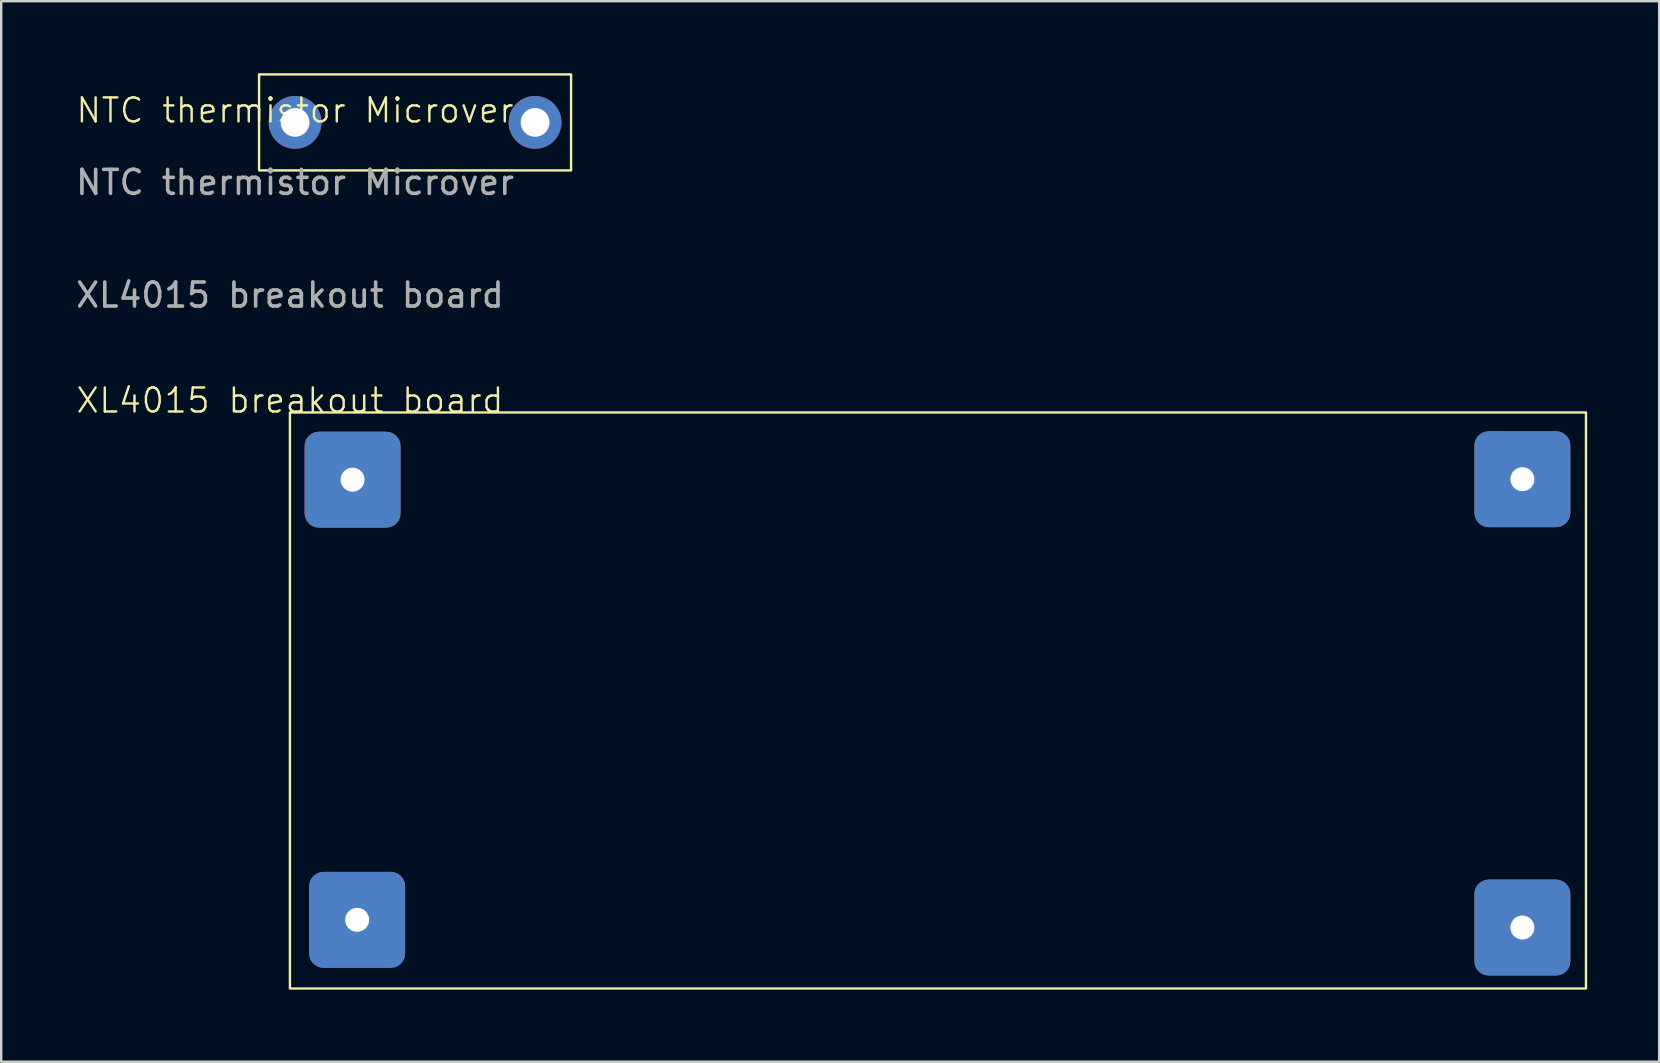
<source format=kicad_pcb>
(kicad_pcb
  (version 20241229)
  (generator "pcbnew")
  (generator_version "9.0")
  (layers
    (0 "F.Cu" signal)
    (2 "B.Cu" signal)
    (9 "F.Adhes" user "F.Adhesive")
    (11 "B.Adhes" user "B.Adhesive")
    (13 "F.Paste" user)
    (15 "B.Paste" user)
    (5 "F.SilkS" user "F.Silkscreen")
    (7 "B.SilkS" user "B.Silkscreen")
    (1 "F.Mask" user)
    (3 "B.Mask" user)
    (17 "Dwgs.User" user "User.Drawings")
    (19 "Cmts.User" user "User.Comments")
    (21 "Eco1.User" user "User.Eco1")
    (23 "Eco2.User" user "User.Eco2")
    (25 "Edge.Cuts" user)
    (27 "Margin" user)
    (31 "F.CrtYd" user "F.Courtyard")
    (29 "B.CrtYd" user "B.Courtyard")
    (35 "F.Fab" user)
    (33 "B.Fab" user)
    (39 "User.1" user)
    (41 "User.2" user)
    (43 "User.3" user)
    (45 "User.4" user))
  (footprint "XL4015 breakout board"
    (layer "F.Cu")
    (at 9.03 14.136)
    (property "Reference" "XL4015 breakout board" (at 0 -0.5 0) (unlocked yes) (layer "F.SilkS") (effects (font (size 1 1) (thickness 0.1))))
    (attr smd)
    (fp_rect (start 0 0) (end 54 24) (stroke (width 0.1) (type solid)) (fill no) (layer "F.SilkS"))
    (fp_text user "${REFERENCE}" (at 0 -4.89 0) (unlocked yes) (layer "F.Fab") (effects (font (size 1 1) (thickness 0.15))))
    (pad "1" thru_hole roundrect (at 2.61 2.8) (size 4 4) (drill 1) (layers "*.Cu" "*.Mask") (roundrect_rratio 0.15))
    (pad "2" thru_hole roundrect (at 2.8 21.14) (size 4 4) (drill 1) (layers "*.Cu" "*.Mask") (roundrect_rratio 0.15))
    (pad "3" thru_hole roundrect (at 51.35 2.78) (size 4 4) (drill 1) (layers "*.Cu" "*.Mask") (roundrect_rratio 0.15))
    (pad "4" thru_hole roundrect (at 51.35 21.46) (size 4 4) (drill 1) (layers "*.Cu" "*.Mask") (roundrect_rratio 0.15)))
  (footprint "NTC thermistor Microver"
    (layer "F.Cu")
    (at 9.244 2.05)
    (property "Reference" "NTC thermistor Microver" (at 0 -0.5 0) (unlocked yes) (layer "F.SilkS") (effects (font (size 1 1) (thickness 0.1))))
    (attr smd)
    (fp_rect (start -1.5 -2) (end 11.5 2) (stroke (width 0.1) (type default)) (fill no) (layer "F.SilkS"))
    (fp_text user "${REFERENCE}" (at 0 2.5 0) (unlocked yes) (layer "F.Fab") (effects (font (size 1 1) (thickness 0.15))))
    (pad "1" thru_hole circle (at 0 0) (size 2.2 2.2) (drill 1.2) (layers "*.Cu" "*.Mask"))
    (pad "2" thru_hole circle (at 10 0) (size 2.2 2.2) (drill 1.2) (layers "*.Cu" "*.Mask")))
  (gr_rect
    (start -3 -3)
    (end 66.08 41.187)
    (stroke (width 0.1) (type default))
    (fill no)
    (layer "Edge.Cuts")))
</source>
